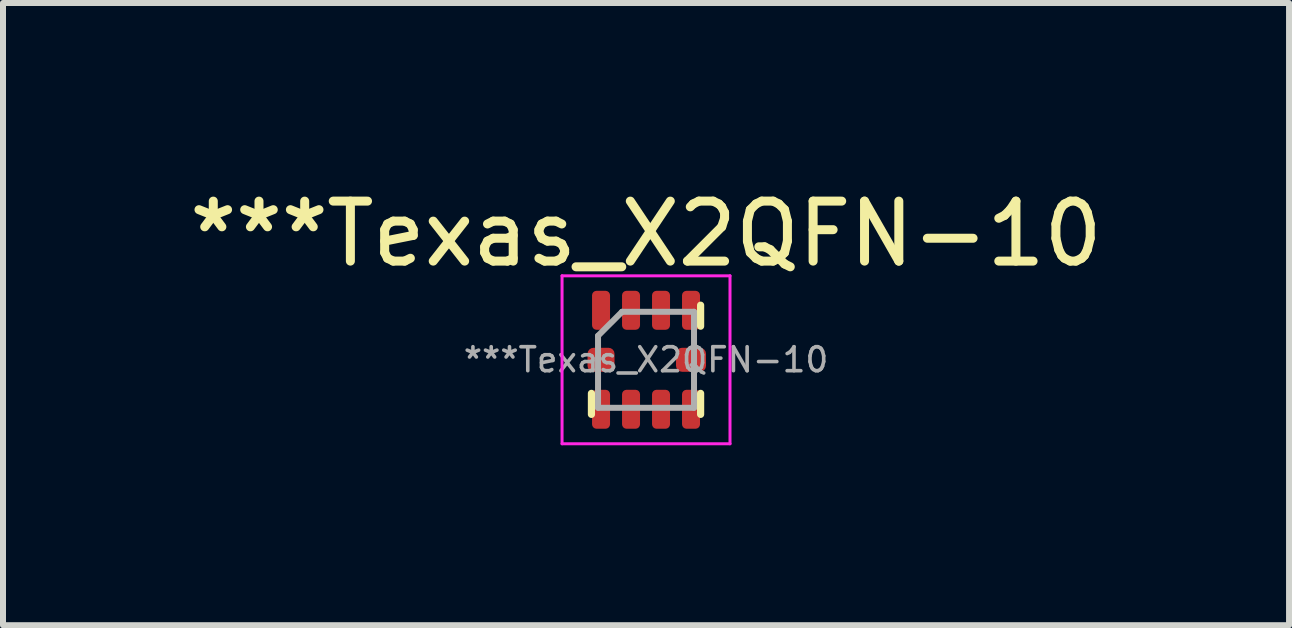
<source format=kicad_pcb>
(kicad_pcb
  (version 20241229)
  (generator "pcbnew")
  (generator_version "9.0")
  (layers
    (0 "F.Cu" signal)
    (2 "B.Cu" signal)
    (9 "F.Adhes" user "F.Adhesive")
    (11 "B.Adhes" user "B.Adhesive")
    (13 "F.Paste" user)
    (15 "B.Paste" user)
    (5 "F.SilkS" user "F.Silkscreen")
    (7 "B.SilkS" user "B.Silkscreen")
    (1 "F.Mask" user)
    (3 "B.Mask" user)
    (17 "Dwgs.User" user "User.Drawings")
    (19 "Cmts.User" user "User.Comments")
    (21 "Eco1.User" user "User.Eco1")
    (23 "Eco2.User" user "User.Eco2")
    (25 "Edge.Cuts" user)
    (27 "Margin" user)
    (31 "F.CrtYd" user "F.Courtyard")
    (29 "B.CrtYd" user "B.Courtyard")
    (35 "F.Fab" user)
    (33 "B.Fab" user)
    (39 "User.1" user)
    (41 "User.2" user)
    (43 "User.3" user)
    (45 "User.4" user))
  (footprint "***Texas_X2QFN-10"
    (layer "F.Cu")
    (at 7.72 2.948)
    (property "Reference" "***Texas_X2QFN-10" (at 0 -2.1 0) (layer "F.SilkS") (effects (font (size 1 1) (thickness 0.15))))
    (attr smd)
    (fp_line (start -0.91 0.91) (end -0.91 0.56) (stroke (width 0.12) (type solid)) (layer "F.SilkS"))
    (fp_line (start 0.91 -0.91) (end 0.91 -0.56) (stroke (width 0.12) (type solid)) (layer "F.SilkS"))
    (fp_line (start 0.91 0.91) (end 0.91 0.56) (stroke (width 0.12) (type solid)) (layer "F.SilkS"))
    (fp_line (start -1.4 -1.4) (end -1.4 1.4) (stroke (width 0.05) (type solid)) (layer "F.CrtYd"))
    (fp_line (start -1.4 1.4) (end 1.4 1.4) (stroke (width 0.05) (type solid)) (layer "F.CrtYd"))
    (fp_line (start 1.4 -1.4) (end -1.4 -1.4) (stroke (width 0.05) (type solid)) (layer "F.CrtYd"))
    (fp_line (start 1.4 1.4) (end 1.4 -1.4) (stroke (width 0.05) (type solid)) (layer "F.CrtYd"))
    (fp_line (start -0.8 -0.4) (end -0.4 -0.8) (stroke (width 0.1) (type solid)) (layer "F.Fab"))
    (fp_line (start -0.8 0.8) (end -0.8 -0.4) (stroke (width 0.1) (type solid)) (layer "F.Fab"))
    (fp_line (start -0.4 -0.8) (end 0.8 -0.8) (stroke (width 0.1) (type solid)) (layer "F.Fab"))
    (fp_line (start 0.8 -0.8) (end 0.8 0.8) (stroke (width 0.1) (type solid)) (layer "F.Fab"))
    (fp_line (start 0.8 0.8) (end -0.8 0.8) (stroke (width 0.1) (type solid)) (layer "F.Fab"))
    (fp_text user "${REFERENCE}" (at 0 0 0) (layer "F.Fab") (effects (font (size 0.4 0.4) (thickness 0.06))))
    (pad "1" smd roundrect (at -0.75 -0.825) (size 0.3 0.65) (layers "F.Cu" "F.Mask" "F.Paste") (roundrect_rratio 0.25))
    (pad "2" smd roundrect (at -0.25 -0.825) (size 0.3 0.65) (layers "F.Cu" "F.Mask" "F.Paste") (roundrect_rratio 0.25))
    (pad "3" smd roundrect (at 0.25 -0.825) (size 0.3 0.65) (layers "F.Cu" "F.Mask" "F.Paste") (roundrect_rratio 0.25))
    (pad "4" smd roundrect (at 0.75 -0.825) (size 0.3 0.65) (layers "F.Cu" "F.Mask" "F.Paste") (roundrect_rratio 0.25))
    (pad "5" smd roundrect (at 0.75 0) (size 0.5 0.4) (layers "F.Cu" "F.Mask" "F.Paste") (roundrect_rratio 0.25))
    (pad "6" smd roundrect (at 0.75 0.825) (size 0.3 0.65) (layers "F.Cu" "F.Mask" "F.Paste") (roundrect_rratio 0.25))
    (pad "7" smd roundrect (at 0.25 0.825) (size 0.3 0.65) (layers "F.Cu" "F.Mask" "F.Paste") (roundrect_rratio 0.25))
    (pad "8" smd roundrect (at -0.25 0.825) (size 0.3 0.65) (layers "F.Cu" "F.Mask" "F.Paste") (roundrect_rratio 0.25))
    (pad "9" smd roundrect (at -0.75 0.825) (size 0.3 0.65) (layers "F.Cu" "F.Mask" "F.Paste") (roundrect_rratio 0.25))
    (pad "10" smd roundrect (at -0.75 0) (size 0.45 0.4) (layers "F.Cu" "F.Mask" "F.Paste") (roundrect_rratio 0.25)))
  (gr_rect
    (start -3 -3)
    (end 18.44 7.373)
    (stroke (width 0.1) (type default))
    (fill no)
    (layer "Edge.Cuts")))
</source>
